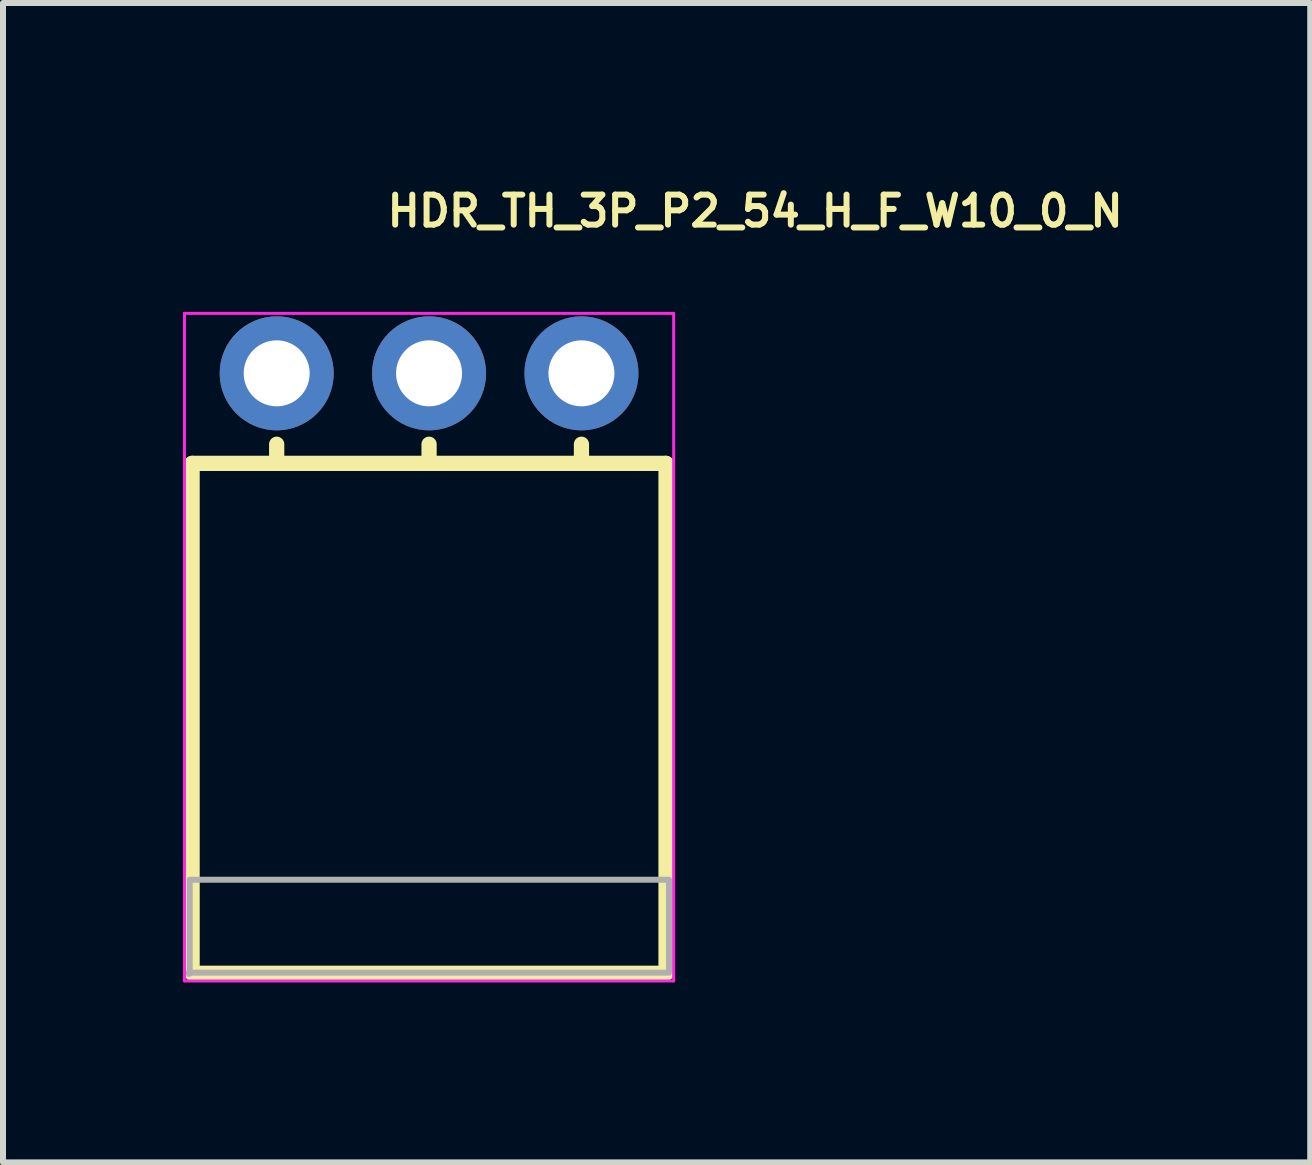
<source format=kicad_pcb>
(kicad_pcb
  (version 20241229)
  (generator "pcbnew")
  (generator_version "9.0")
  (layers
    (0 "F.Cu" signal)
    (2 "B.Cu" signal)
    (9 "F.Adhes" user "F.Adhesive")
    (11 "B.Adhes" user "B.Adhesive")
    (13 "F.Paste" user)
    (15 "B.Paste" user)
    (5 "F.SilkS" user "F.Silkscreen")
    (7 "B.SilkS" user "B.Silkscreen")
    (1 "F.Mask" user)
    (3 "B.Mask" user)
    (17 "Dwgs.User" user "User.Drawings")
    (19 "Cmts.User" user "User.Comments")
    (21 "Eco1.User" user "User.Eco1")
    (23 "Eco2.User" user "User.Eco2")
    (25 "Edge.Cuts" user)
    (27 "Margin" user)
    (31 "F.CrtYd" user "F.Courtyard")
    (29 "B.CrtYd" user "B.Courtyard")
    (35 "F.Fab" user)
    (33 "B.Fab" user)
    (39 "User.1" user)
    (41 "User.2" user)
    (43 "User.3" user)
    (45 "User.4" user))
  (footprint "HDR_TH_3P_P2_54_H_F_W10_0_N"
    (layer "F.Cu")
    (at 4.102 7.737)
    (property "Reference" "HDR_TH_3P_P2_54_H_F_W10_0_N" (at -0.75 -7.269 0) (layer "F.SilkS") (effects (font (size 0.5 0.5) (thickness 0.1)) (justify left)))
    (fp_line (start -3.95 -3.063) (end -3.95 5.436) (stroke (width 0.254) (type solid)) (layer "F.SilkS"))
    (fp_line (start -3.95 -3.063) (end 3.95 -3.063) (stroke (width 0.254) (type solid)) (layer "F.SilkS"))
    (fp_line (start -3.95 5.436) (end 3.95 5.436) (stroke (width 0.254) (type solid)) (layer "F.SilkS"))
    (fp_line (start -2.54 -3.063) (end -2.54 -3.382) (stroke (width 0.254) (type solid)) (layer "F.SilkS"))
    (fp_line (start 0 -3.382) (end 0 -3.063) (stroke (width 0.254) (type solid)) (layer "F.SilkS"))
    (fp_line (start 2.54 -3.382) (end 2.54 -3.063) (stroke (width 0.254) (type solid)) (layer "F.SilkS"))
    (fp_line (start 3.95 -3.063) (end 3.95 5.436) (stroke (width 0.254) (type solid)) (layer "F.SilkS"))
    (fp_line (start -4.077 -5.564) (end -4.077 5.564) (stroke (width 0.05) (type solid)) (layer "F.CrtYd"))
    (fp_line (start -4.077 5.564) (end 4.077 5.564) (stroke (width 0.05) (type solid)) (layer "F.CrtYd"))
    (fp_line (start 4.077 -5.564) (end -4.077 -5.564) (stroke (width 0.05) (type solid)) (layer "F.CrtYd"))
    (fp_line (start 4.077 5.564) (end 4.077 -5.564) (stroke (width 0.05) (type solid)) (layer "F.CrtYd"))
    (fp_arc (start -3.97 5.4365) (mid -4.03 5.4365) (end -3.97 5.4365) (stroke (width 0.06) (type solid)) (layer "F.Fab"))
    (fp_poly (pts (xy -3.99 3.877) (xy 4 3.877) (xy 4 5.426) (xy -3.99 5.426) (xy -3.99 4.466) (xy -3.99 3.877)) (stroke (width 0.1) (type solid)) (fill no) (layer "F.Fab"))
    (pad "1" thru_hole circle (at -2.54 -4.564) (size 1.9 1.9) (drill 1.1) (layers "*.Cu" "*.Mask"))
    (pad "2" thru_hole circle (at 0 -4.564) (size 1.9 1.9) (drill 1.1) (layers "*.Cu" "*.Mask"))
    (pad "3" thru_hole circle (at 2.54 -4.564) (size 1.9 1.9) (drill 1.1) (layers "*.Cu" "*.Mask")))
  (gr_rect
    (start -3 -3)
    (end 18.79 16.326)
    (stroke (width 0.1) (type default))
    (fill no)
    (layer "Edge.Cuts")))
</source>
